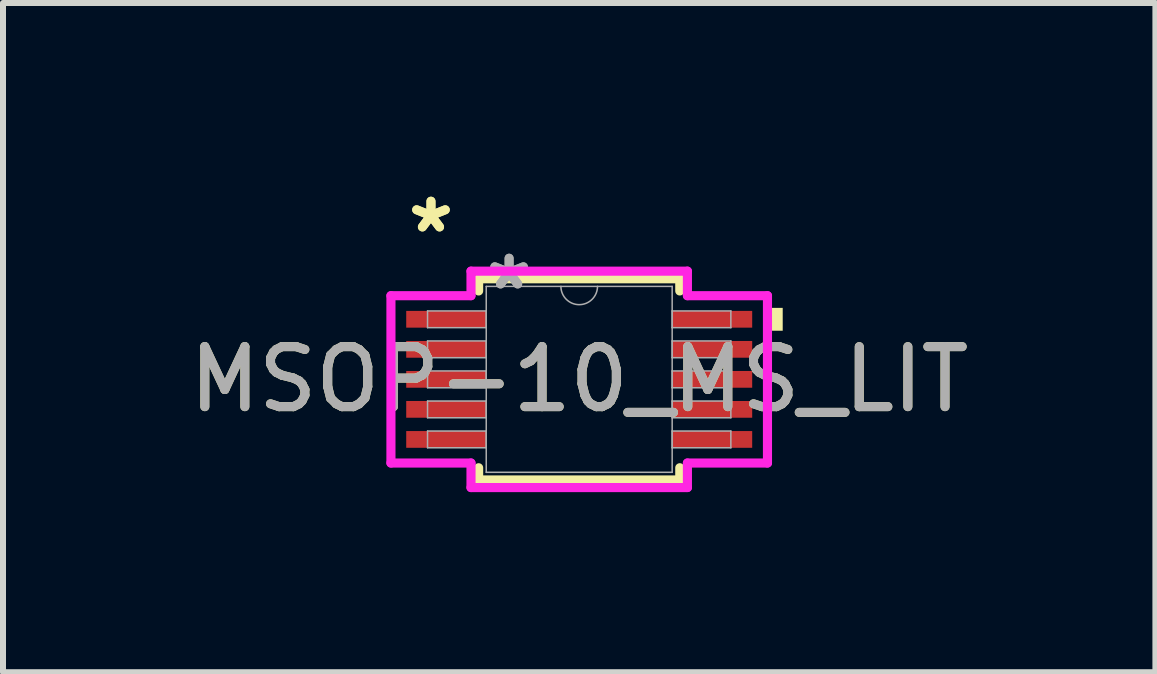
<source format=kicad_pcb>
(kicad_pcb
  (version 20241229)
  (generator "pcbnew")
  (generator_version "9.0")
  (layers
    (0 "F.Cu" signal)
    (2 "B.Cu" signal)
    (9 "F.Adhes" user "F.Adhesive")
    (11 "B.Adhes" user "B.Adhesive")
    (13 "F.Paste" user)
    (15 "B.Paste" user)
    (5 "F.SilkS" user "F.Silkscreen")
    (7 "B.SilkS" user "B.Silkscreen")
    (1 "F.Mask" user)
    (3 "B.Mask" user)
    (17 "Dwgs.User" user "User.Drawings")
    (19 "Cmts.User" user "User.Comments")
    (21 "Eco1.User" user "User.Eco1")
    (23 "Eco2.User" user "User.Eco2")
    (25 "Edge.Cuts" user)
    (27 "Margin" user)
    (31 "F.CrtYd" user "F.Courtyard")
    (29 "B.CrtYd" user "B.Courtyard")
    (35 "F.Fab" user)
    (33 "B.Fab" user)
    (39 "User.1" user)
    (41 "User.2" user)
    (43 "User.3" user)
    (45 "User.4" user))
  (footprint "MSOP-10_MS_LIT"
    (layer "F.Cu")
    (at 6.601 3.271)
    (property "Reference" "MSOP-10_MS_LIT" (at 0 0 0) (unlocked yes) (layer "F.SilkS") (effects (font (size 1 1) (thickness 0.15))))
    (attr smd)
    (fp_line (start -1.676 -1.676) (end -1.676 -1.473) (stroke (width 0.152) (type solid)) (layer "F.SilkS"))
    (fp_line (start -1.676 1.473) (end -1.676 1.676) (stroke (width 0.152) (type solid)) (layer "F.SilkS"))
    (fp_line (start -1.676 1.676) (end 1.676 1.676) (stroke (width 0.152) (type solid)) (layer "F.SilkS"))
    (fp_line (start 1.676 -1.676) (end -1.676 -1.676) (stroke (width 0.152) (type solid)) (layer "F.SilkS"))
    (fp_line (start 1.676 -1.473) (end 1.676 -1.676) (stroke (width 0.152) (type solid)) (layer "F.SilkS"))
    (fp_line (start 1.676 1.676) (end 1.676 1.473) (stroke (width 0.152) (type solid)) (layer "F.SilkS"))
    (fp_poly (pts (xy 3.391 -1.191) (xy 3.391 -0.81) (xy 3.137 -0.81) (xy 3.137 -1.191)) (stroke (width 0) (type solid)) (fill yes) (layer "F.SilkS"))
    (fp_line (start -3.137 -1.394) (end -1.803 -1.394) (stroke (width 0.152) (type solid)) (layer "F.CrtYd"))
    (fp_line (start -3.137 1.394) (end -3.137 -1.394) (stroke (width 0.152) (type solid)) (layer "F.CrtYd"))
    (fp_line (start -3.137 1.394) (end -1.803 1.394) (stroke (width 0.152) (type solid)) (layer "F.CrtYd"))
    (fp_line (start -1.803 -1.803) (end 1.803 -1.803) (stroke (width 0.152) (type solid)) (layer "F.CrtYd"))
    (fp_line (start -1.803 -1.394) (end -1.803 -1.803) (stroke (width 0.152) (type solid)) (layer "F.CrtYd"))
    (fp_line (start -1.803 1.803) (end -1.803 1.394) (stroke (width 0.152) (type solid)) (layer "F.CrtYd"))
    (fp_line (start 1.803 -1.803) (end 1.803 -1.394) (stroke (width 0.152) (type solid)) (layer "F.CrtYd"))
    (fp_line (start 1.803 1.394) (end 1.803 1.803) (stroke (width 0.152) (type solid)) (layer "F.CrtYd"))
    (fp_line (start 1.803 1.803) (end -1.803 1.803) (stroke (width 0.152) (type solid)) (layer "F.CrtYd"))
    (fp_line (start 3.137 -1.394) (end 1.803 -1.394) (stroke (width 0.152) (type solid)) (layer "F.CrtYd"))
    (fp_line (start 3.137 -1.394) (end 3.137 1.394) (stroke (width 0.152) (type solid)) (layer "F.CrtYd"))
    (fp_line (start 3.137 1.394) (end 1.803 1.394) (stroke (width 0.152) (type solid)) (layer "F.CrtYd"))
    (fp_line (start -2.527 -1.14) (end -2.527 -0.861) (stroke (width 0.025) (type solid)) (layer "F.Fab"))
    (fp_line (start -2.527 -0.861) (end -1.549 -0.861) (stroke (width 0.025) (type solid)) (layer "F.Fab"))
    (fp_line (start -2.527 -0.64) (end -2.527 -0.361) (stroke (width 0.025) (type solid)) (layer "F.Fab"))
    (fp_line (start -2.527 -0.361) (end -1.549 -0.361) (stroke (width 0.025) (type solid)) (layer "F.Fab"))
    (fp_line (start -2.527 -0.14) (end -2.527 0.14) (stroke (width 0.025) (type solid)) (layer "F.Fab"))
    (fp_line (start -2.527 0.14) (end -1.549 0.14) (stroke (width 0.025) (type solid)) (layer "F.Fab"))
    (fp_line (start -2.527 0.361) (end -2.527 0.64) (stroke (width 0.025) (type solid)) (layer "F.Fab"))
    (fp_line (start -2.527 0.64) (end -1.549 0.64) (stroke (width 0.025) (type solid)) (layer "F.Fab"))
    (fp_line (start -2.527 0.861) (end -2.527 1.14) (stroke (width 0.025) (type solid)) (layer "F.Fab"))
    (fp_line (start -2.527 1.14) (end -1.549 1.14) (stroke (width 0.025) (type solid)) (layer "F.Fab"))
    (fp_line (start -1.549 -1.549) (end -1.549 1.549) (stroke (width 0.025) (type solid)) (layer "F.Fab"))
    (fp_line (start -1.549 -1.14) (end -2.527 -1.14) (stroke (width 0.025) (type solid)) (layer "F.Fab"))
    (fp_line (start -1.549 -0.861) (end -1.549 -1.14) (stroke (width 0.025) (type solid)) (layer "F.Fab"))
    (fp_line (start -1.549 -0.64) (end -2.527 -0.64) (stroke (width 0.025) (type solid)) (layer "F.Fab"))
    (fp_line (start -1.549 -0.361) (end -1.549 -0.64) (stroke (width 0.025) (type solid)) (layer "F.Fab"))
    (fp_line (start -1.549 -0.14) (end -2.527 -0.14) (stroke (width 0.025) (type solid)) (layer "F.Fab"))
    (fp_line (start -1.549 0.14) (end -1.549 -0.14) (stroke (width 0.025) (type solid)) (layer "F.Fab"))
    (fp_line (start -1.549 0.361) (end -2.527 0.361) (stroke (width 0.025) (type solid)) (layer "F.Fab"))
    (fp_line (start -1.549 0.64) (end -1.549 0.361) (stroke (width 0.025) (type solid)) (layer "F.Fab"))
    (fp_line (start -1.549 0.861) (end -2.527 0.861) (stroke (width 0.025) (type solid)) (layer "F.Fab"))
    (fp_line (start -1.549 1.14) (end -1.549 0.861) (stroke (width 0.025) (type solid)) (layer "F.Fab"))
    (fp_line (start -1.549 1.549) (end 1.549 1.549) (stroke (width 0.025) (type solid)) (layer "F.Fab"))
    (fp_line (start 1.549 -1.549) (end -1.549 -1.549) (stroke (width 0.025) (type solid)) (layer "F.Fab"))
    (fp_line (start 1.549 -1.14) (end 1.549 -0.861) (stroke (width 0.025) (type solid)) (layer "F.Fab"))
    (fp_line (start 1.549 -0.861) (end 2.527 -0.861) (stroke (width 0.025) (type solid)) (layer "F.Fab"))
    (fp_line (start 1.549 -0.64) (end 1.549 -0.361) (stroke (width 0.025) (type solid)) (layer "F.Fab"))
    (fp_line (start 1.549 -0.361) (end 2.527 -0.361) (stroke (width 0.025) (type solid)) (layer "F.Fab"))
    (fp_line (start 1.549 -0.14) (end 1.549 0.14) (stroke (width 0.025) (type solid)) (layer "F.Fab"))
    (fp_line (start 1.549 0.14) (end 2.527 0.14) (stroke (width 0.025) (type solid)) (layer "F.Fab"))
    (fp_line (start 1.549 0.361) (end 1.549 0.64) (stroke (width 0.025) (type solid)) (layer "F.Fab"))
    (fp_line (start 1.549 0.64) (end 2.527 0.64) (stroke (width 0.025) (type solid)) (layer "F.Fab"))
    (fp_line (start 1.549 0.861) (end 1.549 1.14) (stroke (width 0.025) (type solid)) (layer "F.Fab"))
    (fp_line (start 1.549 1.14) (end 2.527 1.14) (stroke (width 0.025) (type solid)) (layer "F.Fab"))
    (fp_line (start 1.549 1.549) (end 1.549 -1.549) (stroke (width 0.025) (type solid)) (layer "F.Fab"))
    (fp_line (start 2.527 -1.14) (end 1.549 -1.14) (stroke (width 0.025) (type solid)) (layer "F.Fab"))
    (fp_line (start 2.527 -0.861) (end 2.527 -1.14) (stroke (width 0.025) (type solid)) (layer "F.Fab"))
    (fp_line (start 2.527 -0.64) (end 1.549 -0.64) (stroke (width 0.025) (type solid)) (layer "F.Fab"))
    (fp_line (start 2.527 -0.361) (end 2.527 -0.64) (stroke (width 0.025) (type solid)) (layer "F.Fab"))
    (fp_line (start 2.527 -0.14) (end 1.549 -0.14) (stroke (width 0.025) (type solid)) (layer "F.Fab"))
    (fp_line (start 2.527 0.14) (end 2.527 -0.14) (stroke (width 0.025) (type solid)) (layer "F.Fab"))
    (fp_line (start 2.527 0.361) (end 1.549 0.361) (stroke (width 0.025) (type solid)) (layer "F.Fab"))
    (fp_line (start 2.527 0.64) (end 2.527 0.361) (stroke (width 0.025) (type solid)) (layer "F.Fab"))
    (fp_line (start 2.527 0.861) (end 1.549 0.861) (stroke (width 0.025) (type solid)) (layer "F.Fab"))
    (fp_line (start 2.527 1.14) (end 2.527 0.861) (stroke (width 0.025) (type solid)) (layer "F.Fab"))
    (fp_arc (start 0.3048 -1.5494) (mid 0 -1.2446) (end -0.3048 -1.5494) (stroke (width 0.0254) (type solid)) (layer "F.Fab"))
    (fp_text user "*" (at -2.47 -2.423 0) (unlocked yes) (layer "F.SilkS") (effects (font (size 1 1) (thickness 0.15))))
    (fp_text user "*" (at -2.47 -2.423 0) (layer "F.SilkS") (effects (font (size 1 1) (thickness 0.15))))
    (fp_text user "${REFERENCE}" (at 0 0 0) (unlocked yes) (layer "F.Fab") (effects (font (size 1 1) (thickness 0.15))))
    (fp_text user "*" (at -1.168 -1.473 0) (unlocked yes) (layer "F.Fab") (effects (font (size 1 1) (thickness 0.15))))
    (fp_text user "*" (at -1.168 -1.473 0) (layer "F.Fab") (effects (font (size 1 1) (thickness 0.15))))
    (pad "1" smd rect (at -2.216 -1.001) (size 1.333 0.279) (layers "F.Cu" "F.Mask" "F.Paste"))
    (pad "2" smd rect (at -2.216 -0.5) (size 1.333 0.279) (layers "F.Cu" "F.Mask" "F.Paste"))
    (pad "3" smd rect (at -2.216 0) (size 1.333 0.279) (layers "F.Cu" "F.Mask" "F.Paste"))
    (pad "4" smd rect (at -2.216 0.5) (size 1.333 0.279) (layers "F.Cu" "F.Mask" "F.Paste"))
    (pad "5" smd rect (at -2.216 1.001) (size 1.333 0.279) (layers "F.Cu" "F.Mask" "F.Paste"))
    (pad "6" smd rect (at 2.216 1.001) (size 1.333 0.279) (layers "F.Cu" "F.Mask" "F.Paste"))
    (pad "7" smd rect (at 2.216 0.5) (size 1.333 0.279) (layers "F.Cu" "F.Mask" "F.Paste"))
    (pad "8" smd rect (at 2.216 0) (size 1.333 0.279) (layers "F.Cu" "F.Mask" "F.Paste"))
    (pad "9" smd rect (at 2.216 -0.5) (size 1.333 0.279) (layers "F.Cu" "F.Mask" "F.Paste"))
    (pad "10" smd rect (at 2.216 -1.001) (size 1.333 0.279) (layers "F.Cu" "F.Mask" "F.Paste")))
  (gr_rect
    (start -3 -3)
    (end 16.202 8.151)
    (stroke (width 0.1) (type default))
    (fill no)
    (layer "Edge.Cuts")))
</source>
